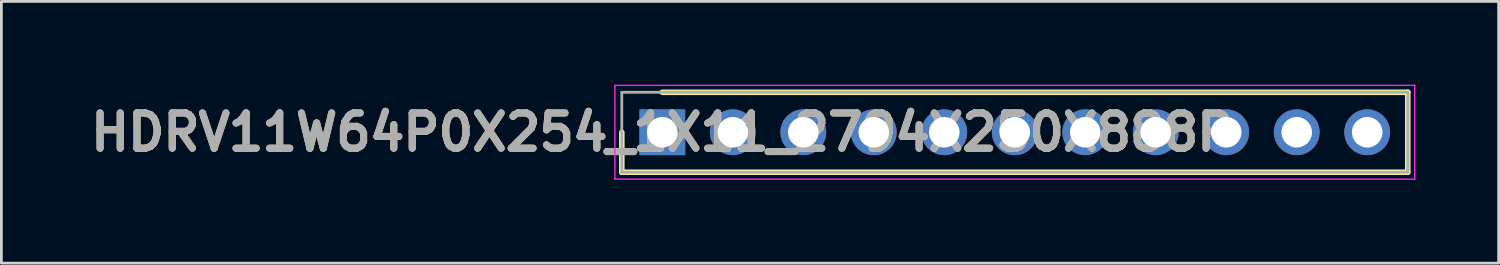
<source format=kicad_pcb>
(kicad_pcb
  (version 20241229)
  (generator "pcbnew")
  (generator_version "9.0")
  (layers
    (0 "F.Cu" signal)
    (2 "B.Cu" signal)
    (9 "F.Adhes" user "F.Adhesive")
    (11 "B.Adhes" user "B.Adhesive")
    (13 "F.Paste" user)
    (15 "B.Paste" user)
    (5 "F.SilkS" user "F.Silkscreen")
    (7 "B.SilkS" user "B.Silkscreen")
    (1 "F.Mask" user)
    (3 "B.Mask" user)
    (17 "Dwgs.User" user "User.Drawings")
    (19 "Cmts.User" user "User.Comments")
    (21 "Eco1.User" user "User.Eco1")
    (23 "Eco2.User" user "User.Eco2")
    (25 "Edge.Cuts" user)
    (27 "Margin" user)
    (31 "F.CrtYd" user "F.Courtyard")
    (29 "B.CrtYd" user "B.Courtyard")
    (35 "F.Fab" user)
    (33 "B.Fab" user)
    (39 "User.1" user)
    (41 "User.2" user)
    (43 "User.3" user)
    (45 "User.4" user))
  (footprint "HDRV11W64P0X254_1X11_2794X250X888P"
    (layer "F.Cu")
    (at 20.816 1.716)
    (property "Reference" "HDRV11W64P0X254_1X11_2794X250X888P" (at 0 0 0) (layer "F.SilkS") (effects (font (size 1.27 1.27) (thickness 0.254))))
    (attr through_hole)
    (fp_line (start -1.46 0) (end -1.46 1.44) (stroke (width 0.2) (type solid)) (layer "F.SilkS"))
    (fp_line (start -1.46 1.44) (end 26.861 1.44) (stroke (width 0.2) (type solid)) (layer "F.SilkS"))
    (fp_line (start 26.861 -1.441) (end 0 -1.441) (stroke (width 0.2) (type solid)) (layer "F.SilkS"))
    (fp_line (start 26.861 1.44) (end 26.861 -1.441) (stroke (width 0.2) (type solid)) (layer "F.SilkS"))
    (fp_line (start -1.71 -1.691) (end 27.111 -1.691) (stroke (width 0.05) (type solid)) (layer "F.CrtYd"))
    (fp_line (start -1.71 1.69) (end -1.71 -1.691) (stroke (width 0.05) (type solid)) (layer "F.CrtYd"))
    (fp_line (start 27.111 -1.691) (end 27.111 1.69) (stroke (width 0.05) (type solid)) (layer "F.CrtYd"))
    (fp_line (start 27.111 1.69) (end -1.71 1.69) (stroke (width 0.05) (type solid)) (layer "F.CrtYd"))
    (fp_line (start -1.46 -1.441) (end 26.861 -1.441) (stroke (width 0.1) (type solid)) (layer "F.Fab"))
    (fp_line (start -1.46 1.44) (end -1.46 -1.441) (stroke (width 0.1) (type solid)) (layer "F.Fab"))
    (fp_line (start 26.861 -1.441) (end 26.861 1.44) (stroke (width 0.1) (type solid)) (layer "F.Fab"))
    (fp_line (start 26.861 1.44) (end -1.46 1.44) (stroke (width 0.1) (type solid)) (layer "F.Fab"))
    (fp_text user "${REFERENCE}" (at 0 0 0) (layer "F.Fab") (effects (font (size 1.27 1.27) (thickness 0.254))))
    (pad "1" thru_hole rect (at 0 0) (size 1.65 1.65) (drill 1.1) (layers "*.Cu" "*.Mask"))
    (pad "2" thru_hole circle (at 2.54 0) (size 1.65 1.65) (drill 1.1) (layers "*.Cu" "*.Mask"))
    (pad "3" thru_hole circle (at 5.08 0) (size 1.65 1.65) (drill 1.1) (layers "*.Cu" "*.Mask"))
    (pad "4" thru_hole circle (at 7.62 0) (size 1.65 1.65) (drill 1.1) (layers "*.Cu" "*.Mask"))
    (pad "5" thru_hole circle (at 10.16 0) (size 1.65 1.65) (drill 1.1) (layers "*.Cu" "*.Mask"))
    (pad "6" thru_hole circle (at 12.7 0) (size 1.65 1.65) (drill 1.1) (layers "*.Cu" "*.Mask"))
    (pad "7" thru_hole circle (at 15.24 0) (size 1.65 1.65) (drill 1.1) (layers "*.Cu" "*.Mask"))
    (pad "8" thru_hole circle (at 17.78 0) (size 1.65 1.65) (drill 1.1) (layers "*.Cu" "*.Mask"))
    (pad "9" thru_hole circle (at 20.32 0) (size 1.65 1.65) (drill 1.1) (layers "*.Cu" "*.Mask"))
    (pad "10" thru_hole circle (at 22.86 0) (size 1.65 1.65) (drill 1.1) (layers "*.Cu" "*.Mask"))
    (pad "11" thru_hole circle (at 25.4 0) (size 1.65 1.65) (drill 1.1) (layers "*.Cu" "*.Mask")))
  (gr_rect
    (start -3 -3)
    (end 50.952 6.431)
    (stroke (width 0.1) (type default))
    (fill no)
    (layer "Edge.Cuts")))
</source>
